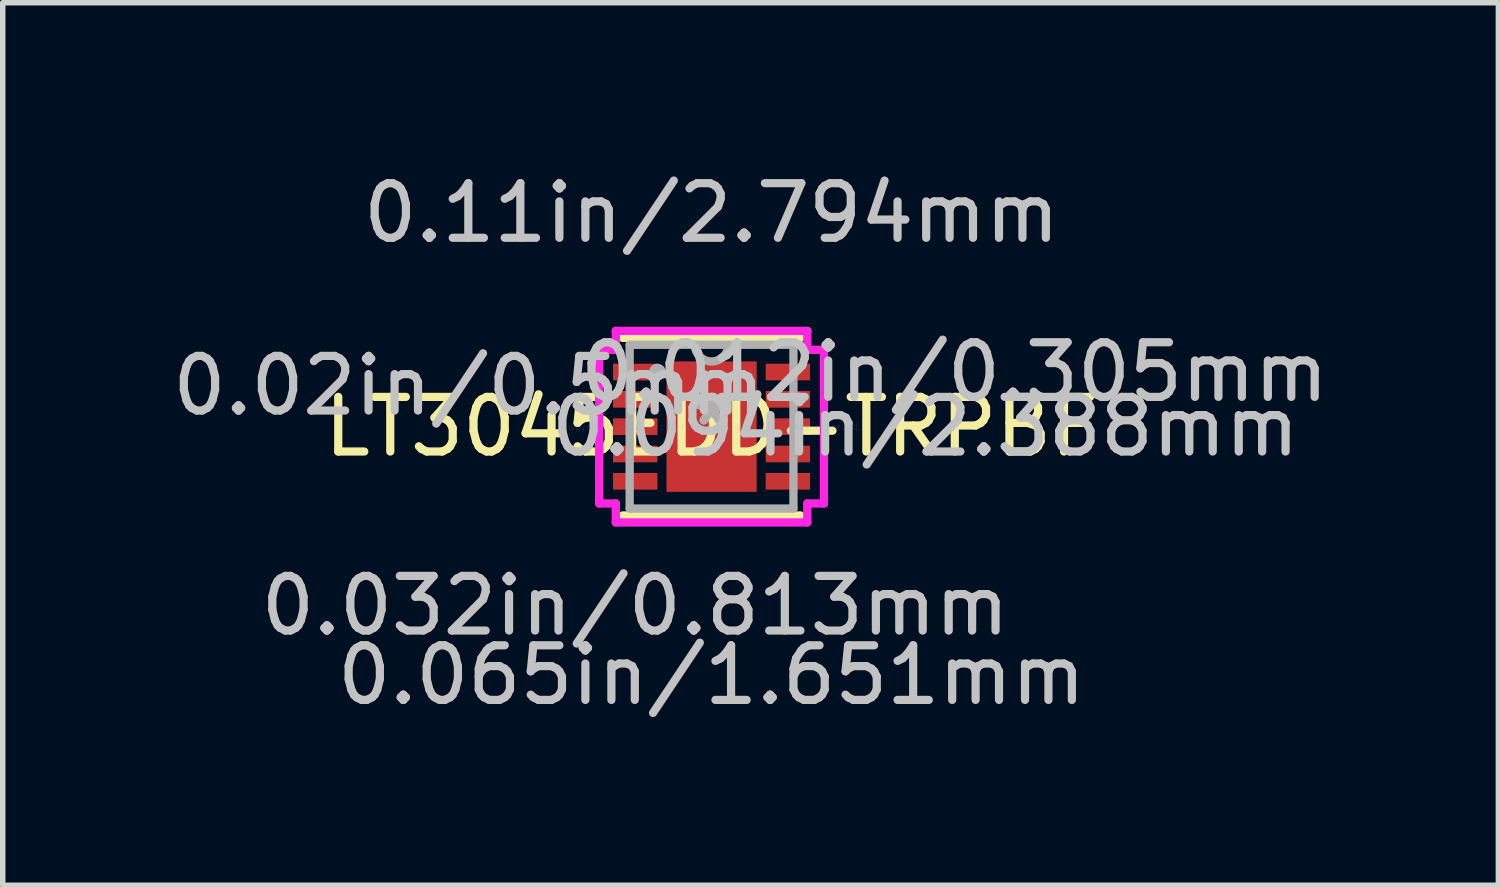
<source format=kicad_pcb>
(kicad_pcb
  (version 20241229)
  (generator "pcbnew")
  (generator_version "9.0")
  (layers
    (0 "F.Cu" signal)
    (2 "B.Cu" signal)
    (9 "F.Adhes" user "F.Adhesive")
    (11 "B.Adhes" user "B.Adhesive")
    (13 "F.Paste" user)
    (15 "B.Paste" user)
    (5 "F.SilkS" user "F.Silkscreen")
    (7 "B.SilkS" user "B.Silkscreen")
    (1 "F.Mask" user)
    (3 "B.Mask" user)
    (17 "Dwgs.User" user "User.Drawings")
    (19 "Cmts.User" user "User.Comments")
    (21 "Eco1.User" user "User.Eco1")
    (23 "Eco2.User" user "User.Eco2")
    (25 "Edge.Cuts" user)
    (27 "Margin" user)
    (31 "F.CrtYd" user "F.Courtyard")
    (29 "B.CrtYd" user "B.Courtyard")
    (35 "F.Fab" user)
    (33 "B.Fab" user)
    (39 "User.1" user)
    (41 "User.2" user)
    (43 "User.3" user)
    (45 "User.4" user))
  (footprint "LT3045EDD-TRPBF"
    (layer "F.Cu")
    (at 9.975 4.76)
    (property "Reference" "LT3045EDD-TRPBF" (at 0 0 0) (layer "F.SilkS") (effects (font (size 1 1) (thickness 0.15))))
    (attr through_hole)
    (fp_line (start -1.626 1.626) (end 1.626 1.626) (stroke (width 0.152) (type solid)) (layer "F.SilkS"))
    (fp_line (start 1.626 -1.626) (end -1.626 -1.626) (stroke (width 0.152) (type solid)) (layer "F.SilkS"))
    (fp_arc (start -2.155 -1.0762) (mid -2.081171 -0.98114) (end -2.191546 -0.933136) (stroke (width 0.1524) (type solid)) (layer "F.SilkS"))
    (fp_line (start -0.826 -1.194) (end -0.826 1.194) (stroke (width 0.152) (type solid)) (layer "F.Paste"))
    (fp_line (start -0.826 1.194) (end 0.826 1.194) (stroke (width 0.152) (type solid)) (layer "F.Paste"))
    (fp_line (start 0.826 -1.194) (end -0.826 -1.194) (stroke (width 0.152) (type solid)) (layer "F.Paste"))
    (fp_line (start 0.826 1.194) (end 0.826 -1.194) (stroke (width 0.152) (type solid)) (layer "F.Paste"))
    (fp_line (start -2.057 -1.406) (end -1.753 -1.406) (stroke (width 0.152) (type solid)) (layer "F.CrtYd"))
    (fp_line (start -2.057 1.406) (end -2.057 -1.406) (stroke (width 0.152) (type solid)) (layer "F.CrtYd"))
    (fp_line (start -1.753 -1.753) (end 1.753 -1.753) (stroke (width 0.152) (type solid)) (layer "F.CrtYd"))
    (fp_line (start -1.753 -1.406) (end -1.753 -1.753) (stroke (width 0.152) (type solid)) (layer "F.CrtYd"))
    (fp_line (start -1.753 1.406) (end -2.057 1.406) (stroke (width 0.152) (type solid)) (layer "F.CrtYd"))
    (fp_line (start -1.753 1.753) (end -1.753 1.406) (stroke (width 0.152) (type solid)) (layer "F.CrtYd"))
    (fp_line (start 1.753 -1.753) (end 1.753 -1.406) (stroke (width 0.152) (type solid)) (layer "F.CrtYd"))
    (fp_line (start 1.753 -1.406) (end 2.057 -1.406) (stroke (width 0.152) (type solid)) (layer "F.CrtYd"))
    (fp_line (start 1.753 1.406) (end 1.753 1.753) (stroke (width 0.152) (type solid)) (layer "F.CrtYd"))
    (fp_line (start 1.753 1.753) (end -1.753 1.753) (stroke (width 0.152) (type solid)) (layer "F.CrtYd"))
    (fp_line (start 2.057 -1.406) (end 2.057 1.406) (stroke (width 0.152) (type solid)) (layer "F.CrtYd"))
    (fp_line (start 2.057 1.406) (end 1.753 1.406) (stroke (width 0.152) (type solid)) (layer "F.CrtYd"))
    (fp_line (start -1.499 -1.499) (end -1.499 1.499) (stroke (width 0.152) (type solid)) (layer "F.Fab"))
    (fp_line (start -1.499 1.499) (end 1.499 1.499) (stroke (width 0.152) (type solid)) (layer "F.Fab"))
    (fp_line (start 1.499 -1.499) (end -1.499 -1.499) (stroke (width 0.152) (type solid)) (layer "F.Fab"))
    (fp_line (start 1.499 1.499) (end 1.499 -1.499) (stroke (width 0.152) (type solid)) (layer "F.Fab"))
    (fp_arc (start 0.3048 -1.4986) (mid 0 -1.1938) (end -0.3048 -1.4986) (stroke (width 0.1524) (type solid)) (layer "F.Fab"))
    (fp_circle (center -0.991 -1) (end -0.914 -1) (stroke (width 0.152) (type solid)) (fill no) (layer "F.Fab"))
    (fp_text user "*" (at 0 0 0) (layer "F.SilkS") (effects (font (size 1 1) (thickness 0.15))))
    (fp_text user "0.02in/0.5mm" (at -4.445 -0.75 0) (layer "Dwgs.User") (effects (font (size 1 1) (thickness 0.15))))
    (fp_text user "0.065in/1.651mm" (at 0 4.547 0) (layer "Dwgs.User") (effects (font (size 1 1) (thickness 0.15))))
    (fp_text user "0.094in/2.388mm" (at 3.912 0 0) (layer "Dwgs.User") (effects (font (size 1 1) (thickness 0.15))))
    (fp_text user "0.032in/0.813mm" (at -1.397 3.277 0) (layer "Dwgs.User") (effects (font (size 1 1) (thickness 0.15))))
    (fp_text user "0.012in/0.305mm" (at 4.445 -1 0) (layer "Dwgs.User") (effects (font (size 1 1) (thickness 0.15))))
    (fp_text user "0.11in/2.794mm" (at 0 -3.912 0) (layer "Dwgs.User") (effects (font (size 1 1) (thickness 0.15))))
    (fp_text user "Copyright 2016 Accelerated Designs. All rights reserved." (at 0 0 0) (layer "Cmts.User") (effects (font (size 0.127 0.127) (thickness 0.002))))
    (fp_text user "*" (at 0 0 0) (layer "F.Fab") (effects (font (size 1 1) (thickness 0.15))))
    (pad "1" smd rect (at -1.397 -1) (size 0.813 0.305) (layers "F.Cu" "F.Mask" "F.Paste"))
    (pad "2" smd rect (at -1.397 -0.5) (size 0.813 0.305) (layers "F.Cu" "F.Mask" "F.Paste"))
    (pad "3" smd rect (at -1.397 0) (size 0.813 0.305) (layers "F.Cu" "F.Mask" "F.Paste"))
    (pad "4" smd rect (at -1.397 0.5) (size 0.813 0.305) (layers "F.Cu" "F.Mask" "F.Paste"))
    (pad "5" smd rect (at -1.397 1) (size 0.813 0.305) (layers "F.Cu" "F.Mask" "F.Paste"))
    (pad "6" smd rect (at 1.397 1) (size 0.813 0.305) (layers "F.Cu" "F.Mask" "F.Paste"))
    (pad "7" smd rect (at 1.397 0.5) (size 0.813 0.305) (layers "F.Cu" "F.Mask" "F.Paste"))
    (pad "8" smd rect (at 1.397 0) (size 0.813 0.305) (layers "F.Cu" "F.Mask" "F.Paste"))
    (pad "9" smd rect (at 1.397 -0.5) (size 0.813 0.305) (layers "F.Cu" "F.Mask" "F.Paste"))
    (pad "10" smd rect (at 1.397 -1) (size 0.813 0.305) (layers "F.Cu" "F.Mask" "F.Paste"))
    (pad "11" smd rect (at 0 0) (size 1.651 2.388) (layers "F.Cu" "F.Mask" "F.Paste")))
  (gr_rect
    (start -3 -3)
    (end 24.378 13.155)
    (stroke (width 0.1) (type default))
    (fill no)
    (layer "Edge.Cuts")))
</source>
